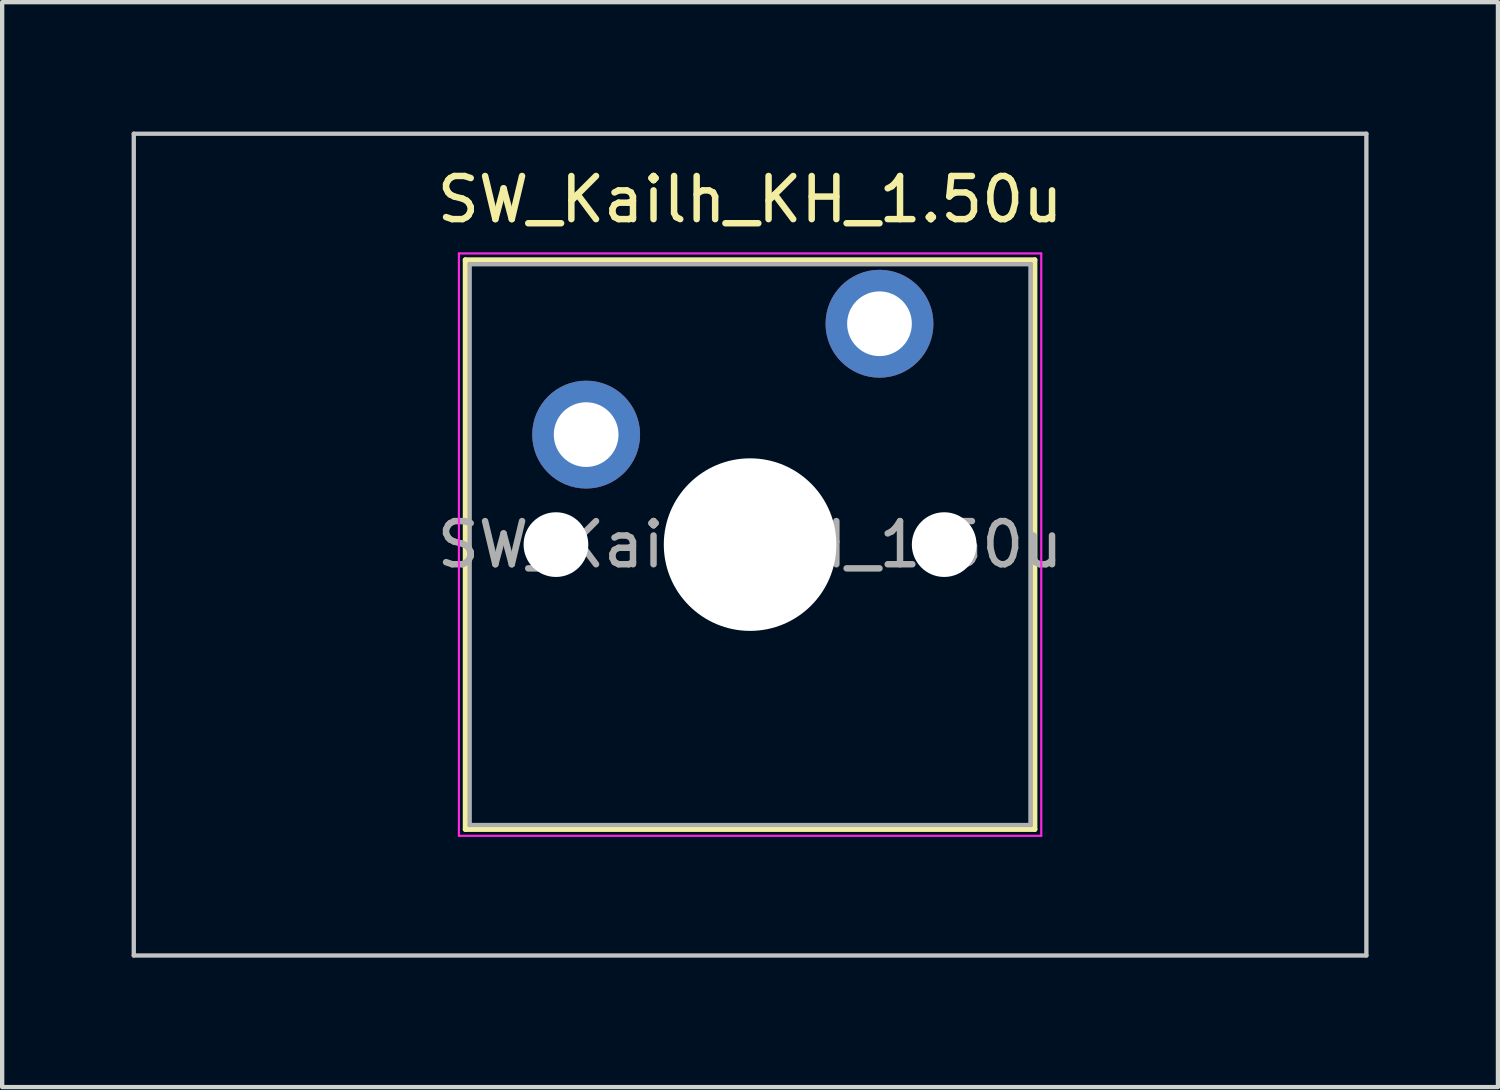
<source format=kicad_pcb>
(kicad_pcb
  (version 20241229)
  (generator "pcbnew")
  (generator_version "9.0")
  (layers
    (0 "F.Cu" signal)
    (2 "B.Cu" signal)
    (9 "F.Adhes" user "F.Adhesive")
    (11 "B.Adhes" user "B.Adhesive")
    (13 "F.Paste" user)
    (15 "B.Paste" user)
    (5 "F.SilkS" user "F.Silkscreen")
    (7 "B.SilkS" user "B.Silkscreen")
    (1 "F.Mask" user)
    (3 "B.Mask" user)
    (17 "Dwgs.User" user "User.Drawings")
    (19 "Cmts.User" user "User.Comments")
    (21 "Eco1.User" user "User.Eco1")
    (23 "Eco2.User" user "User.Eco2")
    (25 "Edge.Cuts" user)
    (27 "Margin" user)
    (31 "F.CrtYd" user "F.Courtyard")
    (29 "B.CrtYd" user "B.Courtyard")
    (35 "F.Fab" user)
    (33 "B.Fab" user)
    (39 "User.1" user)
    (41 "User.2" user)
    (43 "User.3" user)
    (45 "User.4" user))
  (footprint "SW_Kailh_KH_1.50u"
    (layer "F.Cu")
    (at 14.338 9.575)
    (property "Reference" "SW_Kailh_KH_1.50u" (at 0 -8 0) (layer "F.SilkS") (effects (font (size 1 1) (thickness 0.15))))
    (attr through_hole)
    (fp_line (start -6.6 -6.6) (end -6.6 6.6) (stroke (width 0.12) (type solid)) (layer "F.SilkS"))
    (fp_line (start -6.6 6.6) (end 6.6 6.6) (stroke (width 0.12) (type solid)) (layer "F.SilkS"))
    (fp_line (start 6.6 -6.6) (end -6.6 -6.6) (stroke (width 0.12) (type solid)) (layer "F.SilkS"))
    (fp_line (start 6.6 6.6) (end 6.6 -6.6) (stroke (width 0.12) (type solid)) (layer "F.SilkS"))
    (fp_line (start -14.287 -9.525) (end -14.287 9.525) (stroke (width 0.1) (type solid)) (layer "Dwgs.User"))
    (fp_line (start -14.287 9.525) (end 14.287 9.525) (stroke (width 0.1) (type solid)) (layer "Dwgs.User"))
    (fp_line (start 14.287 -9.525) (end -14.287 -9.525) (stroke (width 0.1) (type solid)) (layer "Dwgs.User"))
    (fp_line (start 14.287 9.525) (end 14.287 -9.525) (stroke (width 0.1) (type solid)) (layer "Dwgs.User"))
    (fp_line (start -6.1 -6.1) (end -6.1 6.1) (stroke (width 0.1) (type solid)) (layer "Eco1.User"))
    (fp_line (start -6.1 6.1) (end 6.1 6.1) (stroke (width 0.1) (type solid)) (layer "Eco1.User"))
    (fp_line (start 6.1 -6.1) (end -6.1 -6.1) (stroke (width 0.1) (type solid)) (layer "Eco1.User"))
    (fp_line (start 6.1 6.1) (end 6.1 -6.1) (stroke (width 0.1) (type solid)) (layer "Eco1.User"))
    (fp_line (start -6.75 -6.75) (end -6.75 6.75) (stroke (width 0.05) (type solid)) (layer "F.CrtYd"))
    (fp_line (start -6.75 6.75) (end 6.75 6.75) (stroke (width 0.05) (type solid)) (layer "F.CrtYd"))
    (fp_line (start 6.75 -6.75) (end -6.75 -6.75) (stroke (width 0.05) (type solid)) (layer "F.CrtYd"))
    (fp_line (start 6.75 6.75) (end 6.75 -6.75) (stroke (width 0.05) (type solid)) (layer "F.CrtYd"))
    (fp_line (start -6.5 -6.5) (end -6.5 6.5) (stroke (width 0.1) (type solid)) (layer "F.Fab"))
    (fp_line (start -6.5 6.5) (end 6.5 6.5) (stroke (width 0.1) (type solid)) (layer "F.Fab"))
    (fp_line (start 6.5 -6.5) (end -6.5 -6.5) (stroke (width 0.1) (type solid)) (layer "F.Fab"))
    (fp_line (start 6.5 6.5) (end 6.5 -6.5) (stroke (width 0.1) (type solid)) (layer "F.Fab"))
    (fp_text user "${REFERENCE}" (at 0 0 0) (layer "F.Fab") (effects (font (size 1 1) (thickness 0.15))))
    (pad "" np_thru_hole circle (at -4.5 0) (size 1.5 1.5) (drill 1.5) (layers "*.Cu" "*.Mask"))
    (pad "" smd circle (at -3.8 -2.55) (size 1.55 1.55) (layers "F.Mask"))
    (pad "" np_thru_hole circle (at 0 0) (size 4 4) (drill 4) (layers "*.Cu" "*.Mask"))
    (pad "" smd circle (at 3 -5.12) (size 1.55 1.55) (layers "F.Mask"))
    (pad "" np_thru_hole circle (at 4.5 0) (size 1.5 1.5) (drill 1.5) (layers "*.Cu" "*.Mask"))
    (pad "1" thru_hole circle (at -3.8 -2.55) (size 2.5 2.5) (drill 1.5) (layers "*.Cu" "B.Mask"))
    (pad "2" thru_hole circle (at 3 -5.12) (size 2.5 2.5) (drill 1.5) (layers "*.Cu" "B.Mask")))
  (gr_rect
    (start -3 -3)
    (end 31.675 22.15)
    (stroke (width 0.1) (type default))
    (fill no)
    (layer "Edge.Cuts")))
</source>
